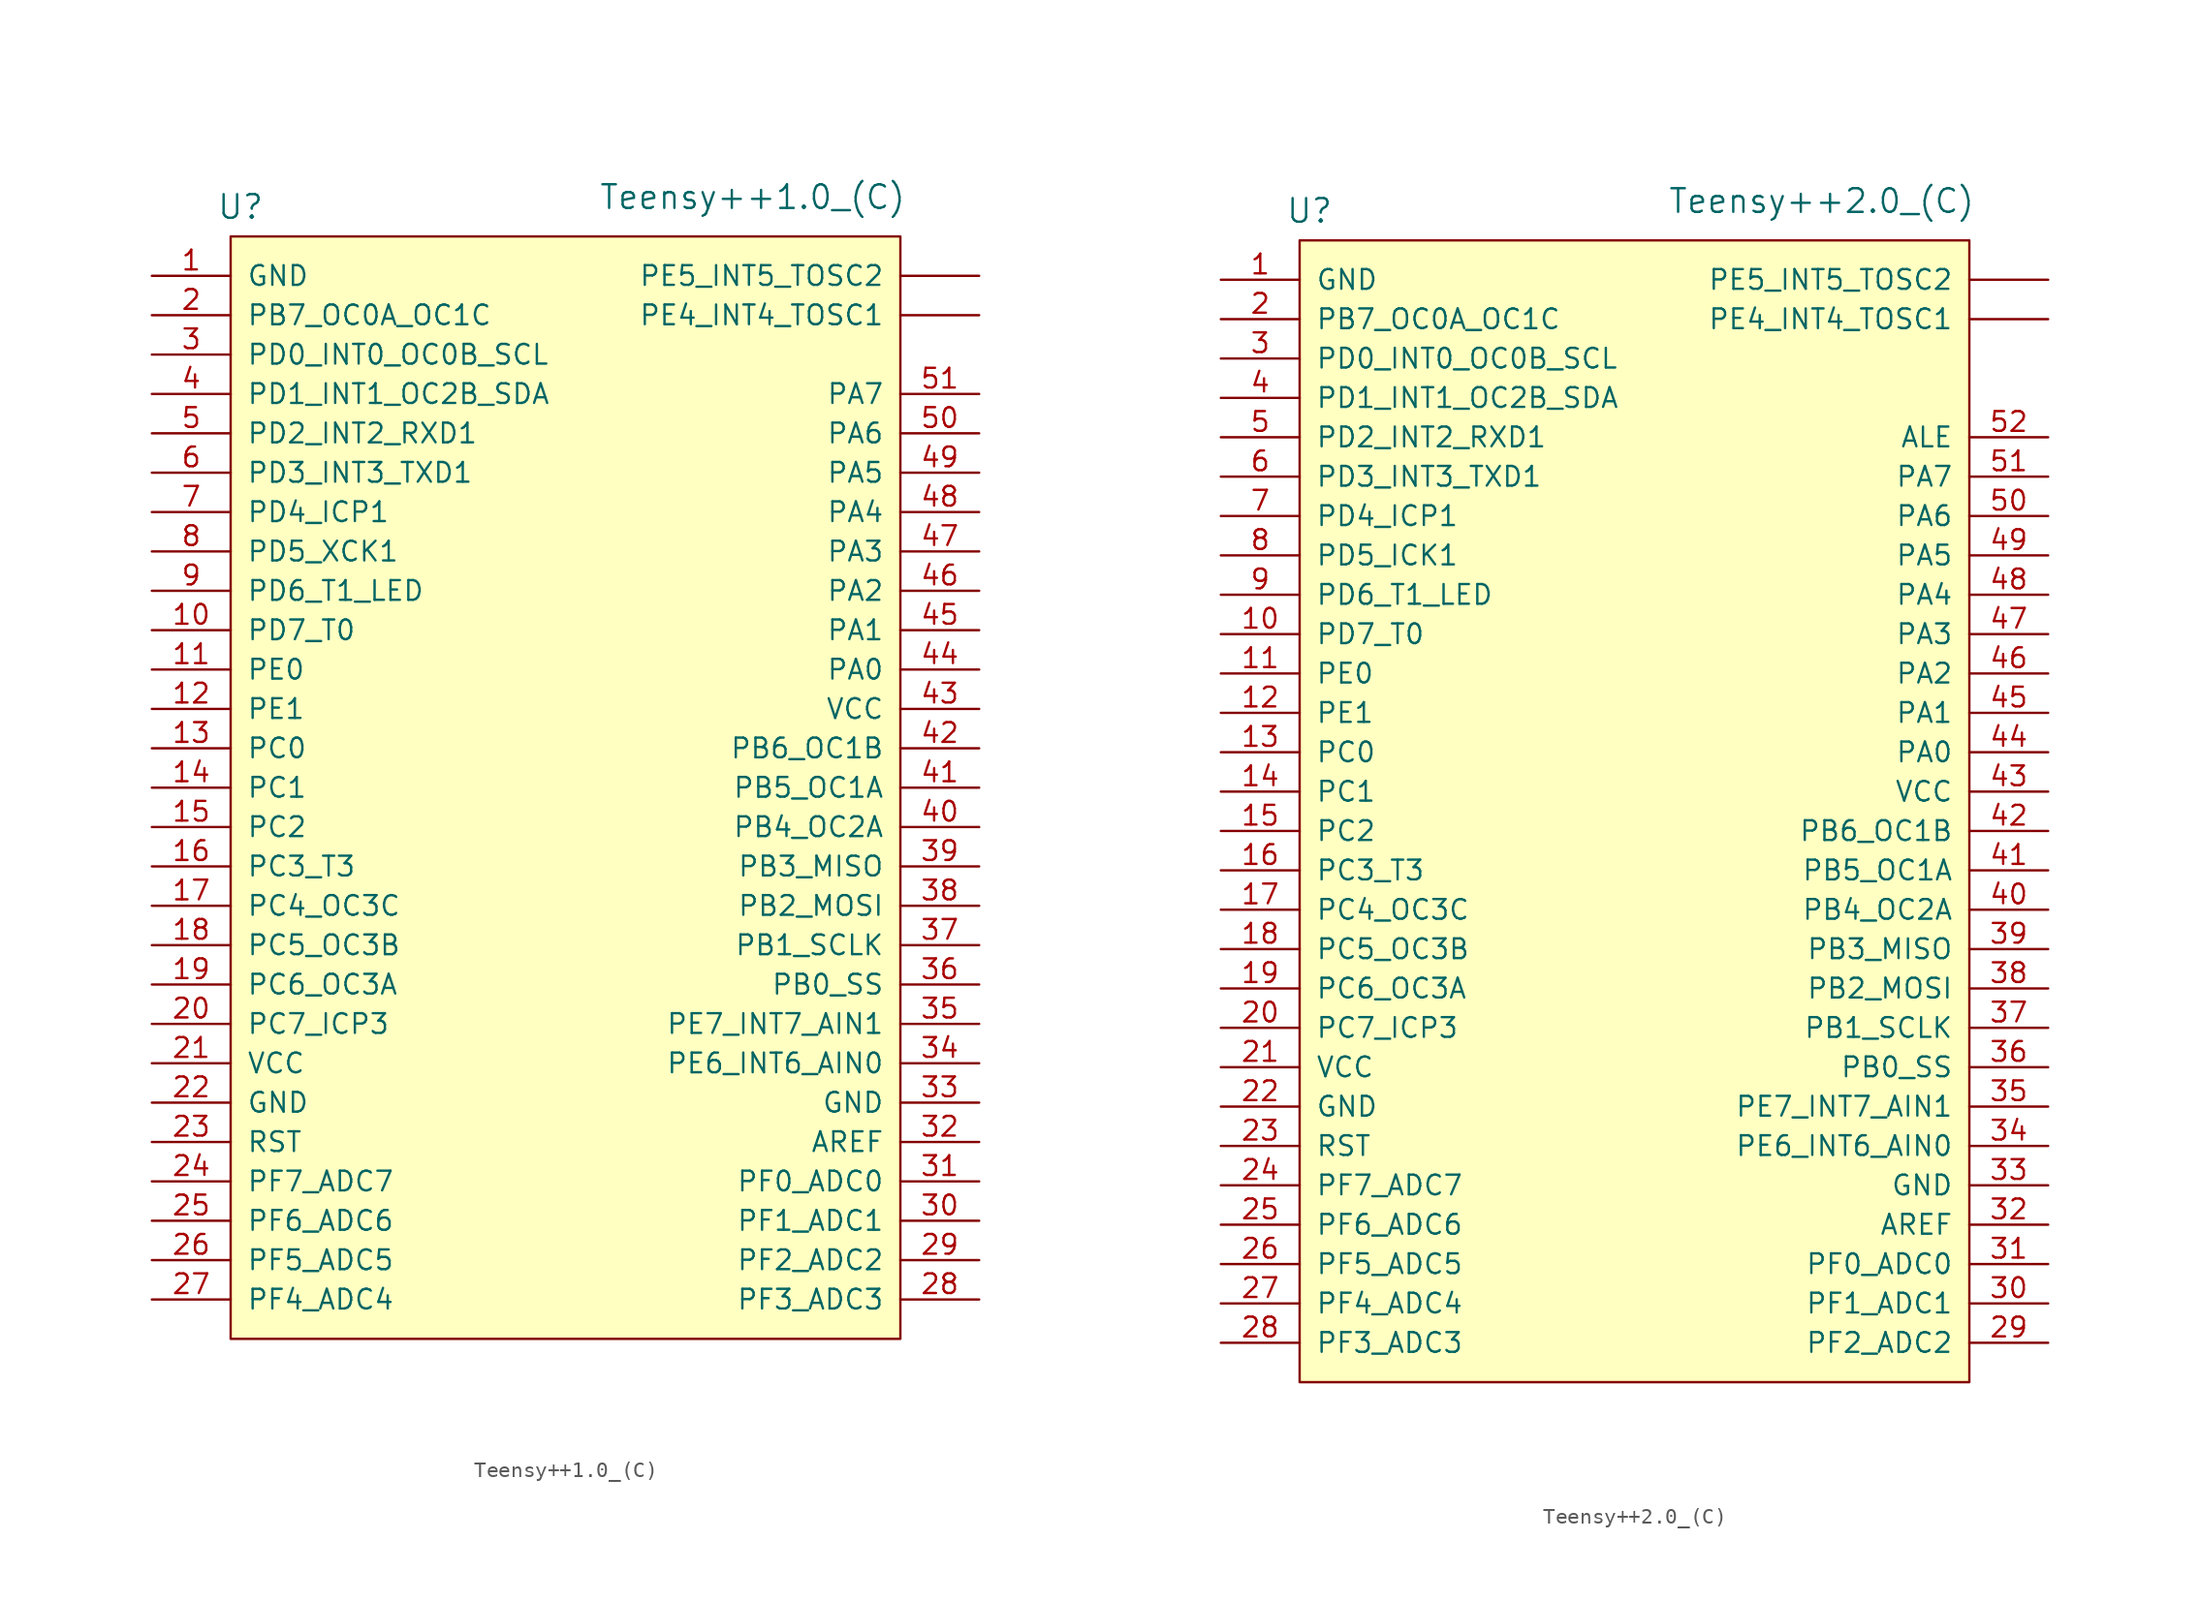
<source format=kicad_sym>
(kicad_symbol_lib
  (version 20241209)
  (generator "kicad_symbol_editor")
  (generator_version "9.0")
  (symbol "Teensy++1.0_(C)"
    (pin_names
      (offset 1.016))
    (property "Reference" "U"
      (at -20.955 37.465 0)
      (effects (font (size 1.524 1.524))))
    (property "Value" "Teensy++1.0_(C)"
      (at 12.065 38.1 0)
      (effects (font (size 1.524 1.524))))
    (symbol "Teensy++1.0_(C)_0_1"
      (rectangle (start -21.59 35.56) (end 21.59 -35.56) (stroke (width 0) (type default)) (fill (type background))))
    (symbol "Teensy++1.0_(C)_1_1"
      (pin power_in line (at -26.67 33.02 0) (length 5.08) (name "GND" (effects (font (size 1.27 1.27)))) (number "1" (effects (font (size 1.27 1.27)))))
      (pin bidirectional line (at -26.67 30.48 0) (length 5.08) (name "PB7_OC0A_OC1C" (effects (font (size 1.27 1.27)))) (number "2" (effects (font (size 1.27 1.27)))))
      (pin bidirectional line (at -26.67 27.94 0) (length 5.08) (name "PD0_INT0_OC0B_SCL" (effects (font (size 1.27 1.27)))) (number "3" (effects (font (size 1.27 1.27)))))
      (pin bidirectional line (at -26.67 25.4 0) (length 5.08) (name "PD1_INT1_OC2B_SDA" (effects (font (size 1.27 1.27)))) (number "4" (effects (font (size 1.27 1.27)))))
      (pin bidirectional line (at -26.67 22.86 0) (length 5.08) (name "PD2_INT2_RXD1" (effects (font (size 1.27 1.27)))) (number "5" (effects (font (size 1.27 1.27)))))
      (pin bidirectional line (at -26.67 20.32 0) (length 5.08) (name "PD3_INT3_TXD1" (effects (font (size 1.27 1.27)))) (number "6" (effects (font (size 1.27 1.27)))))
      (pin bidirectional line (at -26.67 17.78 0) (length 5.08) (name "PD4_ICP1" (effects (font (size 1.27 1.27)))) (number "7" (effects (font (size 1.27 1.27)))))
      (pin bidirectional line (at -26.67 15.24 0) (length 5.08) (name "PD5_XCK1" (effects (font (size 1.27 1.27)))) (number "8" (effects (font (size 1.27 1.27)))))
      (pin bidirectional line (at -26.67 12.7 0) (length 5.08) (name "PD6_T1_LED" (effects (font (size 1.27 1.27)))) (number "9" (effects (font (size 1.27 1.27)))))
      (pin bidirectional line (at -26.67 10.16 0) (length 5.08) (name "PD7_T0" (effects (font (size 1.27 1.27)))) (number "10" (effects (font (size 1.27 1.27)))))
      (pin bidirectional line (at -26.67 7.62 0) (length 5.08) (name "PE0" (effects (font (size 1.27 1.27)))) (number "11" (effects (font (size 1.27 1.27)))))
      (pin bidirectional line (at -26.67 5.08 0) (length 5.08) (name "PE1" (effects (font (size 1.27 1.27)))) (number "12" (effects (font (size 1.27 1.27)))))
      (pin bidirectional line (at -26.67 2.54 0) (length 5.08) (name "PC0" (effects (font (size 1.27 1.27)))) (number "13" (effects (font (size 1.27 1.27)))))
      (pin bidirectional line (at -26.67 0 0) (length 5.08) (name "PC1" (effects (font (size 1.27 1.27)))) (number "14" (effects (font (size 1.27 1.27)))))
      (pin bidirectional line (at -26.67 -2.54 0) (length 5.08) (name "PC2" (effects (font (size 1.27 1.27)))) (number "15" (effects (font (size 1.27 1.27)))))
      (pin bidirectional line (at -26.67 -5.08 0) (length 5.08) (name "PC3_T3" (effects (font (size 1.27 1.27)))) (number "16" (effects (font (size 1.27 1.27)))))
      (pin bidirectional line (at -26.67 -7.62 0) (length 5.08) (name "PC4_OC3C" (effects (font (size 1.27 1.27)))) (number "17" (effects (font (size 1.27 1.27)))))
      (pin bidirectional line (at -26.67 -10.16 0) (length 5.08) (name "PC5_OC3B" (effects (font (size 1.27 1.27)))) (number "18" (effects (font (size 1.27 1.27)))))
      (pin bidirectional line (at -26.67 -12.7 0) (length 5.08) (name "PC6_OC3A" (effects (font (size 1.27 1.27)))) (number "19" (effects (font (size 1.27 1.27)))))
      (pin bidirectional line (at -26.67 -15.24 0) (length 5.08) (name "PC7_ICP3" (effects (font (size 1.27 1.27)))) (number "20" (effects (font (size 1.27 1.27)))))
      (pin power_in line (at -26.67 -17.78 0) (length 5.08) (name "VCC" (effects (font (size 1.27 1.27)))) (number "21" (effects (font (size 1.27 1.27)))))
      (pin power_in line (at -26.67 -20.32 0) (length 5.08) (name "GND" (effects (font (size 1.27 1.27)))) (number "22" (effects (font (size 1.27 1.27)))))
      (pin input line (at -26.67 -22.86 0) (length 5.08) (name "RST" (effects (font (size 1.27 1.27)))) (number "23" (effects (font (size 1.27 1.27)))))
      (pin bidirectional line (at -26.67 -25.4 0) (length 5.08) (name "PF7_ADC7" (effects (font (size 1.27 1.27)))) (number "24" (effects (font (size 1.27 1.27)))))
      (pin bidirectional line (at -26.67 -27.94 0) (length 5.08) (name "PF6_ADC6" (effects (font (size 1.27 1.27)))) (number "25" (effects (font (size 1.27 1.27)))))
      (pin bidirectional line (at -26.67 -30.48 0) (length 5.08) (name "PF5_ADC5" (effects (font (size 1.27 1.27)))) (number "26" (effects (font (size 1.27 1.27)))))
      (pin bidirectional line (at -26.67 -33.02 0) (length 5.08) (name "PF4_ADC4" (effects (font (size 1.27 1.27)))) (number "27" (effects (font (size 1.27 1.27)))))
      (pin bidirectional line (at 26.67 33.02 180) (length 5.08) (name "PE5_INT5_TOSC2" (effects (font (size 1.27 1.27)))) (number "~" (effects (font (size 1.27 1.27)))))
      (pin bidirectional line (at 26.67 30.48 180) (length 5.08) (name "PE4_INT4_TOSC1" (effects (font (size 1.27 1.27)))) (number "~" (effects (font (size 1.27 1.27)))))
      (pin bidirectional line (at 26.67 25.4 180) (length 5.08) (name "PA7" (effects (font (size 1.27 1.27)))) (number "51" (effects (font (size 1.27 1.27)))))
      (pin bidirectional line (at 26.67 22.86 180) (length 5.08) (name "PA6" (effects (font (size 1.27 1.27)))) (number "50" (effects (font (size 1.27 1.27)))))
      (pin bidirectional line (at 26.67 20.32 180) (length 5.08) (name "PA5" (effects (font (size 1.27 1.27)))) (number "49" (effects (font (size 1.27 1.27)))))
      (pin bidirectional line (at 26.67 17.78 180) (length 5.08) (name "PA4" (effects (font (size 1.27 1.27)))) (number "48" (effects (font (size 1.27 1.27)))))
      (pin bidirectional line (at 26.67 15.24 180) (length 5.08) (name "PA3" (effects (font (size 1.27 1.27)))) (number "47" (effects (font (size 1.27 1.27)))))
      (pin bidirectional line (at 26.67 12.7 180) (length 5.08) (name "PA2" (effects (font (size 1.27 1.27)))) (number "46" (effects (font (size 1.27 1.27)))))
      (pin bidirectional line (at 26.67 10.16 180) (length 5.08) (name "PA1" (effects (font (size 1.27 1.27)))) (number "45" (effects (font (size 1.27 1.27)))))
      (pin bidirectional line (at 26.67 7.62 180) (length 5.08) (name "PA0" (effects (font (size 1.27 1.27)))) (number "44" (effects (font (size 1.27 1.27)))))
      (pin power_in line (at 26.67 5.08 180) (length 5.08) (name "VCC" (effects (font (size 1.27 1.27)))) (number "43" (effects (font (size 1.27 1.27)))))
      (pin bidirectional line (at 26.67 2.54 180) (length 5.08) (name "PB6_OC1B" (effects (font (size 1.27 1.27)))) (number "42" (effects (font (size 1.27 1.27)))))
      (pin bidirectional line (at 26.67 0 180) (length 5.08) (name "PB5_OC1A" (effects (font (size 1.27 1.27)))) (number "41" (effects (font (size 1.27 1.27)))))
      (pin bidirectional line (at 26.67 -2.54 180) (length 5.08) (name "PB4_OC2A" (effects (font (size 1.27 1.27)))) (number "40" (effects (font (size 1.27 1.27)))))
      (pin bidirectional line (at 26.67 -5.08 180) (length 5.08) (name "PB3_MISO" (effects (font (size 1.27 1.27)))) (number "39" (effects (font (size 1.27 1.27)))))
      (pin bidirectional line (at 26.67 -7.62 180) (length 5.08) (name "PB2_MOSI" (effects (font (size 1.27 1.27)))) (number "38" (effects (font (size 1.27 1.27)))))
      (pin bidirectional line (at 26.67 -10.16 180) (length 5.08) (name "PB1_SCLK" (effects (font (size 1.27 1.27)))) (number "37" (effects (font (size 1.27 1.27)))))
      (pin bidirectional line (at 26.67 -12.7 180) (length 5.08) (name "PB0_SS" (effects (font (size 1.27 1.27)))) (number "36" (effects (font (size 1.27 1.27)))))
      (pin bidirectional line (at 26.67 -15.24 180) (length 5.08) (name "PE7_INT7_AIN1" (effects (font (size 1.27 1.27)))) (number "35" (effects (font (size 1.27 1.27)))))
      (pin bidirectional line (at 26.67 -17.78 180) (length 5.08) (name "PE6_INT6_AIN0" (effects (font (size 1.27 1.27)))) (number "34" (effects (font (size 1.27 1.27)))))
      (pin power_in line (at 26.67 -20.32 180) (length 5.08) (name "GND" (effects (font (size 1.27 1.27)))) (number "33" (effects (font (size 1.27 1.27)))))
      (pin input line (at 26.67 -22.86 180) (length 5.08) (name "AREF" (effects (font (size 1.27 1.27)))) (number "32" (effects (font (size 1.27 1.27)))))
      (pin bidirectional line (at 26.67 -25.4 180) (length 5.08) (name "PF0_ADC0" (effects (font (size 1.27 1.27)))) (number "31" (effects (font (size 1.27 1.27)))))
      (pin bidirectional line (at 26.67 -27.94 180) (length 5.08) (name "PF1_ADC1" (effects (font (size 1.27 1.27)))) (number "30" (effects (font (size 1.27 1.27)))))
      (pin bidirectional line (at 26.67 -30.48 180) (length 5.08) (name "PF2_ADC2" (effects (font (size 1.27 1.27)))) (number "29" (effects (font (size 1.27 1.27)))))
      (pin bidirectional line (at 26.67 -33.02 180) (length 5.08) (name "PF3_ADC3" (effects (font (size 1.27 1.27)))) (number "28" (effects (font (size 1.27 1.27)))))))
  (symbol "Teensy++2.0_(C)"
    (pin_names
      (offset 1.016))
    (property "Reference" "U"
      (at -20.955 38.735 0)
      (effects (font (size 1.524 1.524))))
    (property "Value" "Teensy++2.0_(C)"
      (at 12.065 39.37 0)
      (effects (font (size 1.524 1.524))))
    (symbol "Teensy++2.0_(C)_0_1"
      (rectangle (start -21.59 36.83) (end 21.59 -36.83) (stroke (width 0) (type default)) (fill (type background))))
    (symbol "Teensy++2.0_(C)_1_1"
      (pin power_in line (at -26.67 34.29 0) (length 5.08) (name "GND" (effects (font (size 1.27 1.27)))) (number "1" (effects (font (size 1.27 1.27)))))
      (pin bidirectional line (at -26.67 31.75 0) (length 5.08) (name "PB7_OC0A_OC1C" (effects (font (size 1.27 1.27)))) (number "2" (effects (font (size 1.27 1.27)))))
      (pin bidirectional line (at -26.67 29.21 0) (length 5.08) (name "PD0_INT0_OC0B_SCL" (effects (font (size 1.27 1.27)))) (number "3" (effects (font (size 1.27 1.27)))))
      (pin bidirectional line (at -26.67 26.67 0) (length 5.08) (name "PD1_INT1_OC2B_SDA" (effects (font (size 1.27 1.27)))) (number "4" (effects (font (size 1.27 1.27)))))
      (pin bidirectional line (at -26.67 24.13 0) (length 5.08) (name "PD2_INT2_RXD1" (effects (font (size 1.27 1.27)))) (number "5" (effects (font (size 1.27 1.27)))))
      (pin bidirectional line (at -26.67 21.59 0) (length 5.08) (name "PD3_INT3_TXD1" (effects (font (size 1.27 1.27)))) (number "6" (effects (font (size 1.27 1.27)))))
      (pin bidirectional line (at -26.67 19.05 0) (length 5.08) (name "PD4_ICP1" (effects (font (size 1.27 1.27)))) (number "7" (effects (font (size 1.27 1.27)))))
      (pin bidirectional line (at -26.67 16.51 0) (length 5.08) (name "PD5_ICK1" (effects (font (size 1.27 1.27)))) (number "8" (effects (font (size 1.27 1.27)))))
      (pin bidirectional line (at -26.67 13.97 0) (length 5.08) (name "PD6_T1_LED" (effects (font (size 1.27 1.27)))) (number "9" (effects (font (size 1.27 1.27)))))
      (pin bidirectional line (at -26.67 11.43 0) (length 5.08) (name "PD7_T0" (effects (font (size 1.27 1.27)))) (number "10" (effects (font (size 1.27 1.27)))))
      (pin bidirectional line (at -26.67 8.89 0) (length 5.08) (name "PE0" (effects (font (size 1.27 1.27)))) (number "11" (effects (font (size 1.27 1.27)))))
      (pin bidirectional line (at -26.67 6.35 0) (length 5.08) (name "PE1" (effects (font (size 1.27 1.27)))) (number "12" (effects (font (size 1.27 1.27)))))
      (pin bidirectional line (at -26.67 3.81 0) (length 5.08) (name "PC0" (effects (font (size 1.27 1.27)))) (number "13" (effects (font (size 1.27 1.27)))))
      (pin bidirectional line (at -26.67 1.27 0) (length 5.08) (name "PC1" (effects (font (size 1.27 1.27)))) (number "14" (effects (font (size 1.27 1.27)))))
      (pin bidirectional line (at -26.67 -1.27 0) (length 5.08) (name "PC2" (effects (font (size 1.27 1.27)))) (number "15" (effects (font (size 1.27 1.27)))))
      (pin bidirectional line (at -26.67 -3.81 0) (length 5.08) (name "PC3_T3" (effects (font (size 1.27 1.27)))) (number "16" (effects (font (size 1.27 1.27)))))
      (pin bidirectional line (at -26.67 -6.35 0) (length 5.08) (name "PC4_OC3C" (effects (font (size 1.27 1.27)))) (number "17" (effects (font (size 1.27 1.27)))))
      (pin bidirectional line (at -26.67 -8.89 0) (length 5.08) (name "PC5_OC3B" (effects (font (size 1.27 1.27)))) (number "18" (effects (font (size 1.27 1.27)))))
      (pin bidirectional line (at -26.67 -11.43 0) (length 5.08) (name "PC6_OC3A" (effects (font (size 1.27 1.27)))) (number "19" (effects (font (size 1.27 1.27)))))
      (pin bidirectional line (at -26.67 -13.97 0) (length 5.08) (name "PC7_ICP3" (effects (font (size 1.27 1.27)))) (number "20" (effects (font (size 1.27 1.27)))))
      (pin power_in line (at -26.67 -16.51 0) (length 5.08) (name "VCC" (effects (font (size 1.27 1.27)))) (number "21" (effects (font (size 1.27 1.27)))))
      (pin power_in line (at -26.67 -19.05 0) (length 5.08) (name "GND" (effects (font (size 1.27 1.27)))) (number "22" (effects (font (size 1.27 1.27)))))
      (pin input line (at -26.67 -21.59 0) (length 5.08) (name "RST" (effects (font (size 1.27 1.27)))) (number "23" (effects (font (size 1.27 1.27)))))
      (pin bidirectional line (at -26.67 -24.13 0) (length 5.08) (name "PF7_ADC7" (effects (font (size 1.27 1.27)))) (number "24" (effects (font (size 1.27 1.27)))))
      (pin bidirectional line (at -26.67 -26.67 0) (length 5.08) (name "PF6_ADC6" (effects (font (size 1.27 1.27)))) (number "25" (effects (font (size 1.27 1.27)))))
      (pin bidirectional line (at -26.67 -29.21 0) (length 5.08) (name "PF5_ADC5" (effects (font (size 1.27 1.27)))) (number "26" (effects (font (size 1.27 1.27)))))
      (pin bidirectional line (at -26.67 -31.75 0) (length 5.08) (name "PF4_ADC4" (effects (font (size 1.27 1.27)))) (number "27" (effects (font (size 1.27 1.27)))))
      (pin bidirectional line (at -26.67 -34.29 0) (length 5.08) (name "PF3_ADC3" (effects (font (size 1.27 1.27)))) (number "28" (effects (font (size 1.27 1.27)))))
      (pin bidirectional line (at 26.67 34.29 180) (length 5.08) (name "PE5_INT5_TOSC2" (effects (font (size 1.27 1.27)))) (number "~" (effects (font (size 1.27 1.27)))))
      (pin bidirectional line (at 26.67 31.75 180) (length 5.08) (name "PE4_INT4_TOSC1" (effects (font (size 1.27 1.27)))) (number "~" (effects (font (size 1.27 1.27)))))
      (pin input line (at 26.67 24.13 180) (length 5.08) (name "ALE" (effects (font (size 1.27 1.27)))) (number "52" (effects (font (size 1.27 1.27)))))
      (pin bidirectional line (at 26.67 21.59 180) (length 5.08) (name "PA7" (effects (font (size 1.27 1.27)))) (number "51" (effects (font (size 1.27 1.27)))))
      (pin bidirectional line (at 26.67 19.05 180) (length 5.08) (name "PA6" (effects (font (size 1.27 1.27)))) (number "50" (effects (font (size 1.27 1.27)))))
      (pin bidirectional line (at 26.67 16.51 180) (length 5.08) (name "PA5" (effects (font (size 1.27 1.27)))) (number "49" (effects (font (size 1.27 1.27)))))
      (pin bidirectional line (at 26.67 13.97 180) (length 5.08) (name "PA4" (effects (font (size 1.27 1.27)))) (number "48" (effects (font (size 1.27 1.27)))))
      (pin bidirectional line (at 26.67 11.43 180) (length 5.08) (name "PA3" (effects (font (size 1.27 1.27)))) (number "47" (effects (font (size 1.27 1.27)))))
      (pin bidirectional line (at 26.67 8.89 180) (length 5.08) (name "PA2" (effects (font (size 1.27 1.27)))) (number "46" (effects (font (size 1.27 1.27)))))
      (pin bidirectional line (at 26.67 6.35 180) (length 5.08) (name "PA1" (effects (font (size 1.27 1.27)))) (number "45" (effects (font (size 1.27 1.27)))))
      (pin bidirectional line (at 26.67 3.81 180) (length 5.08) (name "PA0" (effects (font (size 1.27 1.27)))) (number "44" (effects (font (size 1.27 1.27)))))
      (pin power_in line (at 26.67 1.27 180) (length 5.08) (name "VCC" (effects (font (size 1.27 1.27)))) (number "43" (effects (font (size 1.27 1.27)))))
      (pin bidirectional line (at 26.67 -1.27 180) (length 5.08) (name "PB6_OC1B" (effects (font (size 1.27 1.27)))) (number "42" (effects (font (size 1.27 1.27)))))
      (pin bidirectional line (at 26.67 -3.81 180) (length 5.08) (name "PB5_OC1A" (effects (font (size 1.27 1.27)))) (number "41" (effects (font (size 1.27 1.27)))))
      (pin bidirectional line (at 26.67 -6.35 180) (length 5.08) (name "PB4_OC2A" (effects (font (size 1.27 1.27)))) (number "40" (effects (font (size 1.27 1.27)))))
      (pin bidirectional line (at 26.67 -8.89 180) (length 5.08) (name "PB3_MISO" (effects (font (size 1.27 1.27)))) (number "39" (effects (font (size 1.27 1.27)))))
      (pin bidirectional line (at 26.67 -11.43 180) (length 5.08) (name "PB2_MOSI" (effects (font (size 1.27 1.27)))) (number "38" (effects (font (size 1.27 1.27)))))
      (pin bidirectional line (at 26.67 -13.97 180) (length 5.08) (name "PB1_SCLK" (effects (font (size 1.27 1.27)))) (number "37" (effects (font (size 1.27 1.27)))))
      (pin bidirectional line (at 26.67 -16.51 180) (length 5.08) (name "PB0_SS" (effects (font (size 1.27 1.27)))) (number "36" (effects (font (size 1.27 1.27)))))
      (pin bidirectional line (at 26.67 -19.05 180) (length 5.08) (name "PE7_INT7_AIN1" (effects (font (size 1.27 1.27)))) (number "35" (effects (font (size 1.27 1.27)))))
      (pin bidirectional line (at 26.67 -21.59 180) (length 5.08) (name "PE6_INT6_AIN0" (effects (font (size 1.27 1.27)))) (number "34" (effects (font (size 1.27 1.27)))))
      (pin power_in line (at 26.67 -24.13 180) (length 5.08) (name "GND" (effects (font (size 1.27 1.27)))) (number "33" (effects (font (size 1.27 1.27)))))
      (pin input line (at 26.67 -26.67 180) (length 5.08) (name "AREF" (effects (font (size 1.27 1.27)))) (number "32" (effects (font (size 1.27 1.27)))))
      (pin bidirectional line (at 26.67 -29.21 180) (length 5.08) (name "PF0_ADC0" (effects (font (size 1.27 1.27)))) (number "31" (effects (font (size 1.27 1.27)))))
      (pin bidirectional line (at 26.67 -31.75 180) (length 5.08) (name "PF1_ADC1" (effects (font (size 1.27 1.27)))) (number "30" (effects (font (size 1.27 1.27)))))
      (pin bidirectional line (at 26.67 -34.29 180) (length 5.08) (name "PF2_ADC2" (effects (font (size 1.27 1.27)))) (number "29" (effects (font (size 1.27 1.27))))))))
</source>
